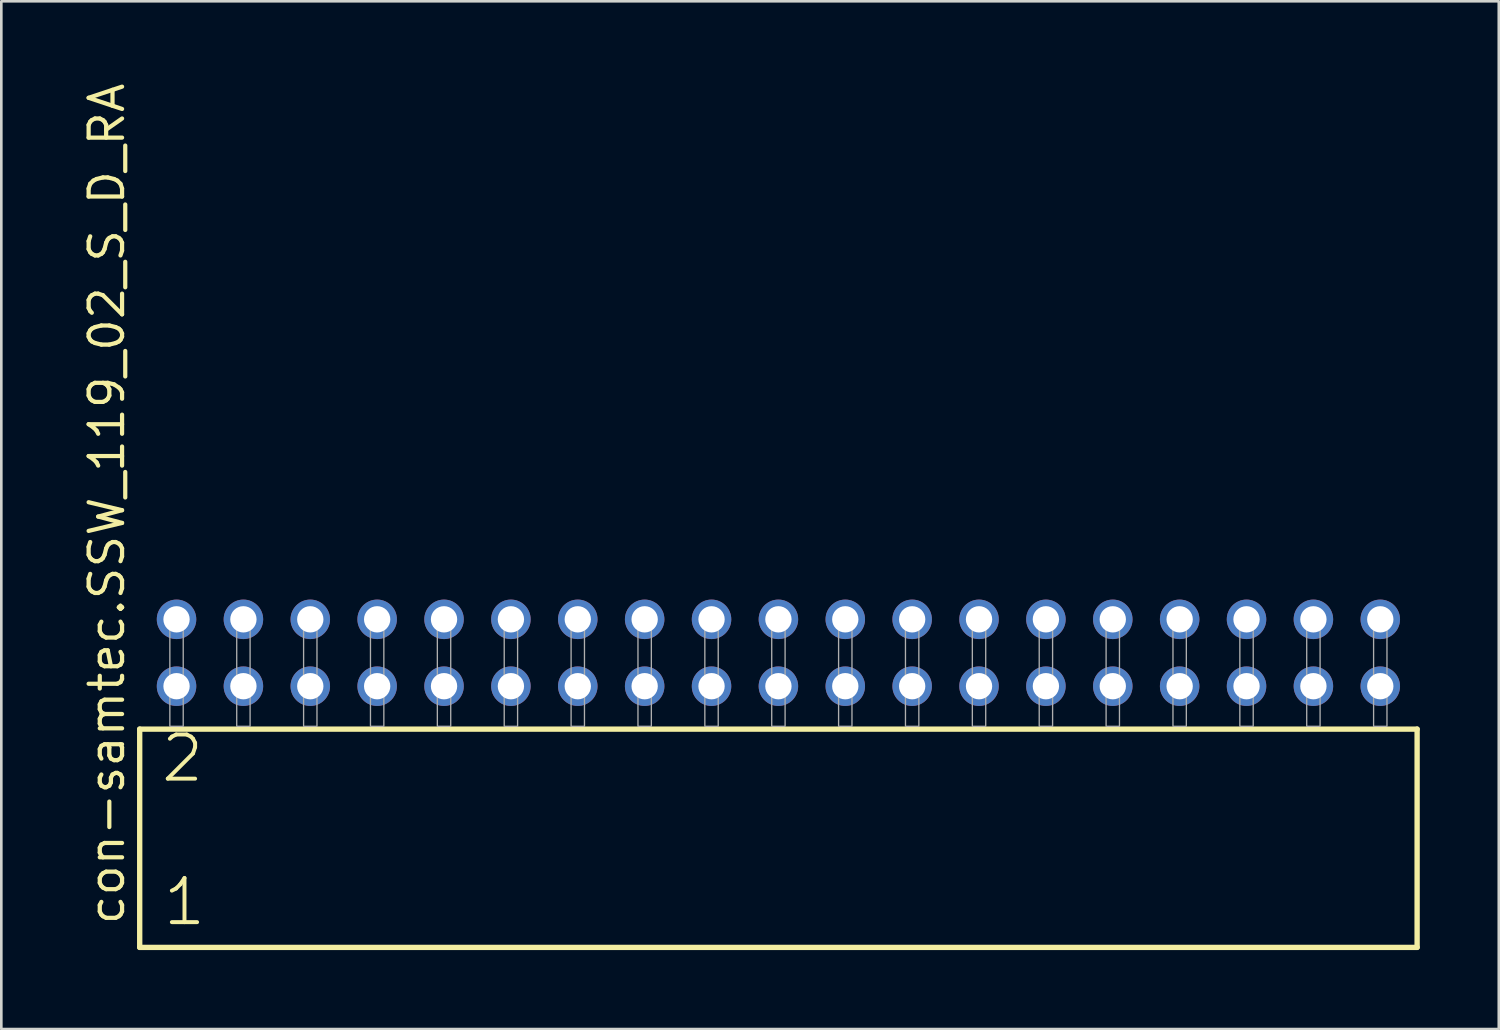
<source format=kicad_pcb>
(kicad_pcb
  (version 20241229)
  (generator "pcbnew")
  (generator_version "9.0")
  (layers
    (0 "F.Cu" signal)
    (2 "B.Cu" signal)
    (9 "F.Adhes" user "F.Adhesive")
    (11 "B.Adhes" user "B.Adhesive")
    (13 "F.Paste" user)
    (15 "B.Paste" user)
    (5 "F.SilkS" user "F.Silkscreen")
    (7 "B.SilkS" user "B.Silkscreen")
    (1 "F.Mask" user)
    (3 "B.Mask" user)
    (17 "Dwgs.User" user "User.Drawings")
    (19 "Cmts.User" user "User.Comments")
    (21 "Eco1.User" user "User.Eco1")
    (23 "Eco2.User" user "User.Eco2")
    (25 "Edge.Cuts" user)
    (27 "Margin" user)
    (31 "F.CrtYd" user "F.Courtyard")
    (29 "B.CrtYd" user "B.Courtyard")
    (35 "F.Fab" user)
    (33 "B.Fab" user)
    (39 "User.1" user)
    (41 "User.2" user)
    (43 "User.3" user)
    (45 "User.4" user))
  (footprint "con-samtec.SSW_119_02_S_D_RA"
    (layer "F.Cu")
    (at 26.515 24.537)
    (property "Reference" "con-samtec.SSW_119_02_S_D_RA" (at -24.765 7.62 90) (layer "F.SilkS") (effects (font (size 1.27 1.27) (thickness 0.16)) (justify left bottom)))
    (attr through_hole)
    (fp_line (start -24.259 0.106) (end -24.259 8.396) (stroke (width 0.203) (type default)) (layer "F.SilkS"))
    (fp_line (start -24.259 8.396) (end 24.259 8.396) (stroke (width 0.203) (type default)) (layer "F.SilkS"))
    (fp_line (start 24.259 0.106) (end -24.259 0.106) (stroke (width 0.203) (type default)) (layer "F.SilkS"))
    (fp_line (start 24.259 8.396) (end 24.259 0.106) (stroke (width 0.203) (type default)) (layer "F.SilkS"))
    (fp_rect (start -23.114 0) (end -22.606 -4.318) (stroke (width 0.05) (type default)) (fill no) (layer "F.Fab"))
    (fp_rect (start -20.574 0) (end -20.066 -4.318) (stroke (width 0.05) (type default)) (fill no) (layer "F.Fab"))
    (fp_rect (start -18.034 0) (end -17.526 -4.318) (stroke (width 0.05) (type default)) (fill no) (layer "F.Fab"))
    (fp_rect (start -15.494 0) (end -14.986 -4.318) (stroke (width 0.05) (type default)) (fill no) (layer "F.Fab"))
    (fp_rect (start -12.954 0) (end -12.446 -4.318) (stroke (width 0.05) (type default)) (fill no) (layer "F.Fab"))
    (fp_rect (start -10.414 0) (end -9.906 -4.318) (stroke (width 0.05) (type default)) (fill no) (layer "F.Fab"))
    (fp_rect (start -7.874 0) (end -7.366 -4.318) (stroke (width 0.05) (type default)) (fill no) (layer "F.Fab"))
    (fp_rect (start -5.334 0) (end -4.826 -4.318) (stroke (width 0.05) (type default)) (fill no) (layer "F.Fab"))
    (fp_rect (start -2.794 0) (end -2.286 -4.318) (stroke (width 0.05) (type default)) (fill no) (layer "F.Fab"))
    (fp_rect (start -0.254 0) (end 0.254 -4.318) (stroke (width 0.05) (type default)) (fill no) (layer "F.Fab"))
    (fp_rect (start 2.286 0) (end 2.794 -4.318) (stroke (width 0.05) (type default)) (fill no) (layer "F.Fab"))
    (fp_rect (start 4.826 0) (end 5.334 -4.318) (stroke (width 0.05) (type default)) (fill no) (layer "F.Fab"))
    (fp_rect (start 7.366 0) (end 7.874 -4.318) (stroke (width 0.05) (type default)) (fill no) (layer "F.Fab"))
    (fp_rect (start 9.906 0) (end 10.414 -4.318) (stroke (width 0.05) (type default)) (fill no) (layer "F.Fab"))
    (fp_rect (start 12.446 0) (end 12.954 -4.318) (stroke (width 0.05) (type default)) (fill no) (layer "F.Fab"))
    (fp_rect (start 14.986 0) (end 15.494 -4.318) (stroke (width 0.05) (type default)) (fill no) (layer "F.Fab"))
    (fp_rect (start 17.526 0) (end 18.034 -4.318) (stroke (width 0.05) (type default)) (fill no) (layer "F.Fab"))
    (fp_rect (start 20.066 0) (end 20.574 -4.318) (stroke (width 0.05) (type default)) (fill no) (layer "F.Fab"))
    (fp_rect (start 22.606 0) (end 23.114 -4.318) (stroke (width 0.05) (type default)) (fill no) (layer "F.Fab"))
    (fp_text user "2" (at -23.53 2.2 0) (layer "F.SilkS") (effects (font (size 1.676 1.676) (thickness 0.15)) (justify left bottom)))
    (fp_text user "1" (at -23.455 7.65 0) (layer "F.SilkS") (effects (font (size 1.676 1.676) (thickness 0.15)) (justify left bottom)))
    (pad "1" thru_hole circle (at -22.86 -1.524) (size 1.5 1.5) (drill 1) (layers "*.Cu" "*.Mask"))
    (pad "2" thru_hole circle (at -22.86 -4.064) (size 1.5 1.5) (drill 1) (layers "*.Cu" "*.Mask"))
    (pad "3" thru_hole circle (at -20.32 -1.524) (size 1.5 1.5) (drill 1) (layers "*.Cu" "*.Mask"))
    (pad "4" thru_hole circle (at -20.32 -4.064) (size 1.5 1.5) (drill 1) (layers "*.Cu" "*.Mask"))
    (pad "5" thru_hole circle (at -17.78 -1.524) (size 1.5 1.5) (drill 1) (layers "*.Cu" "*.Mask"))
    (pad "6" thru_hole circle (at -17.78 -4.064) (size 1.5 1.5) (drill 1) (layers "*.Cu" "*.Mask"))
    (pad "7" thru_hole circle (at -15.24 -1.524) (size 1.5 1.5) (drill 1) (layers "*.Cu" "*.Mask"))
    (pad "8" thru_hole circle (at -15.24 -4.064) (size 1.5 1.5) (drill 1) (layers "*.Cu" "*.Mask"))
    (pad "9" thru_hole circle (at -12.7 -1.524) (size 1.5 1.5) (drill 1) (layers "*.Cu" "*.Mask"))
    (pad "10" thru_hole circle (at -12.7 -4.064) (size 1.5 1.5) (drill 1) (layers "*.Cu" "*.Mask"))
    (pad "11" thru_hole circle (at -10.16 -1.524) (size 1.5 1.5) (drill 1) (layers "*.Cu" "*.Mask"))
    (pad "12" thru_hole circle (at -10.16 -4.064) (size 1.5 1.5) (drill 1) (layers "*.Cu" "*.Mask"))
    (pad "13" thru_hole circle (at -7.62 -1.524) (size 1.5 1.5) (drill 1) (layers "*.Cu" "*.Mask"))
    (pad "14" thru_hole circle (at -7.62 -4.064) (size 1.5 1.5) (drill 1) (layers "*.Cu" "*.Mask"))
    (pad "15" thru_hole circle (at -5.08 -1.524) (size 1.5 1.5) (drill 1) (layers "*.Cu" "*.Mask"))
    (pad "16" thru_hole circle (at -5.08 -4.064) (size 1.5 1.5) (drill 1) (layers "*.Cu" "*.Mask"))
    (pad "17" thru_hole circle (at -2.54 -1.524) (size 1.5 1.5) (drill 1) (layers "*.Cu" "*.Mask"))
    (pad "18" thru_hole circle (at -2.54 -4.064) (size 1.5 1.5) (drill 1) (layers "*.Cu" "*.Mask"))
    (pad "19" thru_hole circle (at 0 -1.524) (size 1.5 1.5) (drill 1) (layers "*.Cu" "*.Mask"))
    (pad "20" thru_hole circle (at 0 -4.064) (size 1.5 1.5) (drill 1) (layers "*.Cu" "*.Mask"))
    (pad "21" thru_hole circle (at 2.54 -1.524) (size 1.5 1.5) (drill 1) (layers "*.Cu" "*.Mask"))
    (pad "22" thru_hole circle (at 2.54 -4.064) (size 1.5 1.5) (drill 1) (layers "*.Cu" "*.Mask"))
    (pad "23" thru_hole circle (at 5.08 -1.524) (size 1.5 1.5) (drill 1) (layers "*.Cu" "*.Mask"))
    (pad "24" thru_hole circle (at 5.08 -4.064) (size 1.5 1.5) (drill 1) (layers "*.Cu" "*.Mask"))
    (pad "25" thru_hole circle (at 7.62 -1.524) (size 1.5 1.5) (drill 1) (layers "*.Cu" "*.Mask"))
    (pad "26" thru_hole circle (at 7.62 -4.064) (size 1.5 1.5) (drill 1) (layers "*.Cu" "*.Mask"))
    (pad "27" thru_hole circle (at 10.16 -1.524) (size 1.5 1.5) (drill 1) (layers "*.Cu" "*.Mask"))
    (pad "28" thru_hole circle (at 10.16 -4.064) (size 1.5 1.5) (drill 1) (layers "*.Cu" "*.Mask"))
    (pad "29" thru_hole circle (at 12.7 -1.524) (size 1.5 1.5) (drill 1) (layers "*.Cu" "*.Mask"))
    (pad "30" thru_hole circle (at 12.7 -4.064) (size 1.5 1.5) (drill 1) (layers "*.Cu" "*.Mask"))
    (pad "31" thru_hole circle (at 15.24 -1.524) (size 1.5 1.5) (drill 1) (layers "*.Cu" "*.Mask"))
    (pad "32" thru_hole circle (at 15.24 -4.064) (size 1.5 1.5) (drill 1) (layers "*.Cu" "*.Mask"))
    (pad "33" thru_hole circle (at 17.78 -1.524) (size 1.5 1.5) (drill 1) (layers "*.Cu" "*.Mask"))
    (pad "34" thru_hole circle (at 17.78 -4.064) (size 1.5 1.5) (drill 1) (layers "*.Cu" "*.Mask"))
    (pad "35" thru_hole circle (at 20.32 -1.524) (size 1.5 1.5) (drill 1) (layers "*.Cu" "*.Mask"))
    (pad "36" thru_hole circle (at 20.32 -4.064) (size 1.5 1.5) (drill 1) (layers "*.Cu" "*.Mask"))
    (pad "37" thru_hole circle (at 22.86 -1.524) (size 1.5 1.5) (drill 1) (layers "*.Cu" "*.Mask"))
    (pad "38" thru_hole circle (at 22.86 -4.064) (size 1.5 1.5) (drill 1) (layers "*.Cu" "*.Mask")))
  (gr_rect
    (start -3 -3)
    (end 53.876 36.035)
    (stroke (width 0.1) (type default))
    (fill no)
    (layer "Edge.Cuts")))
</source>
